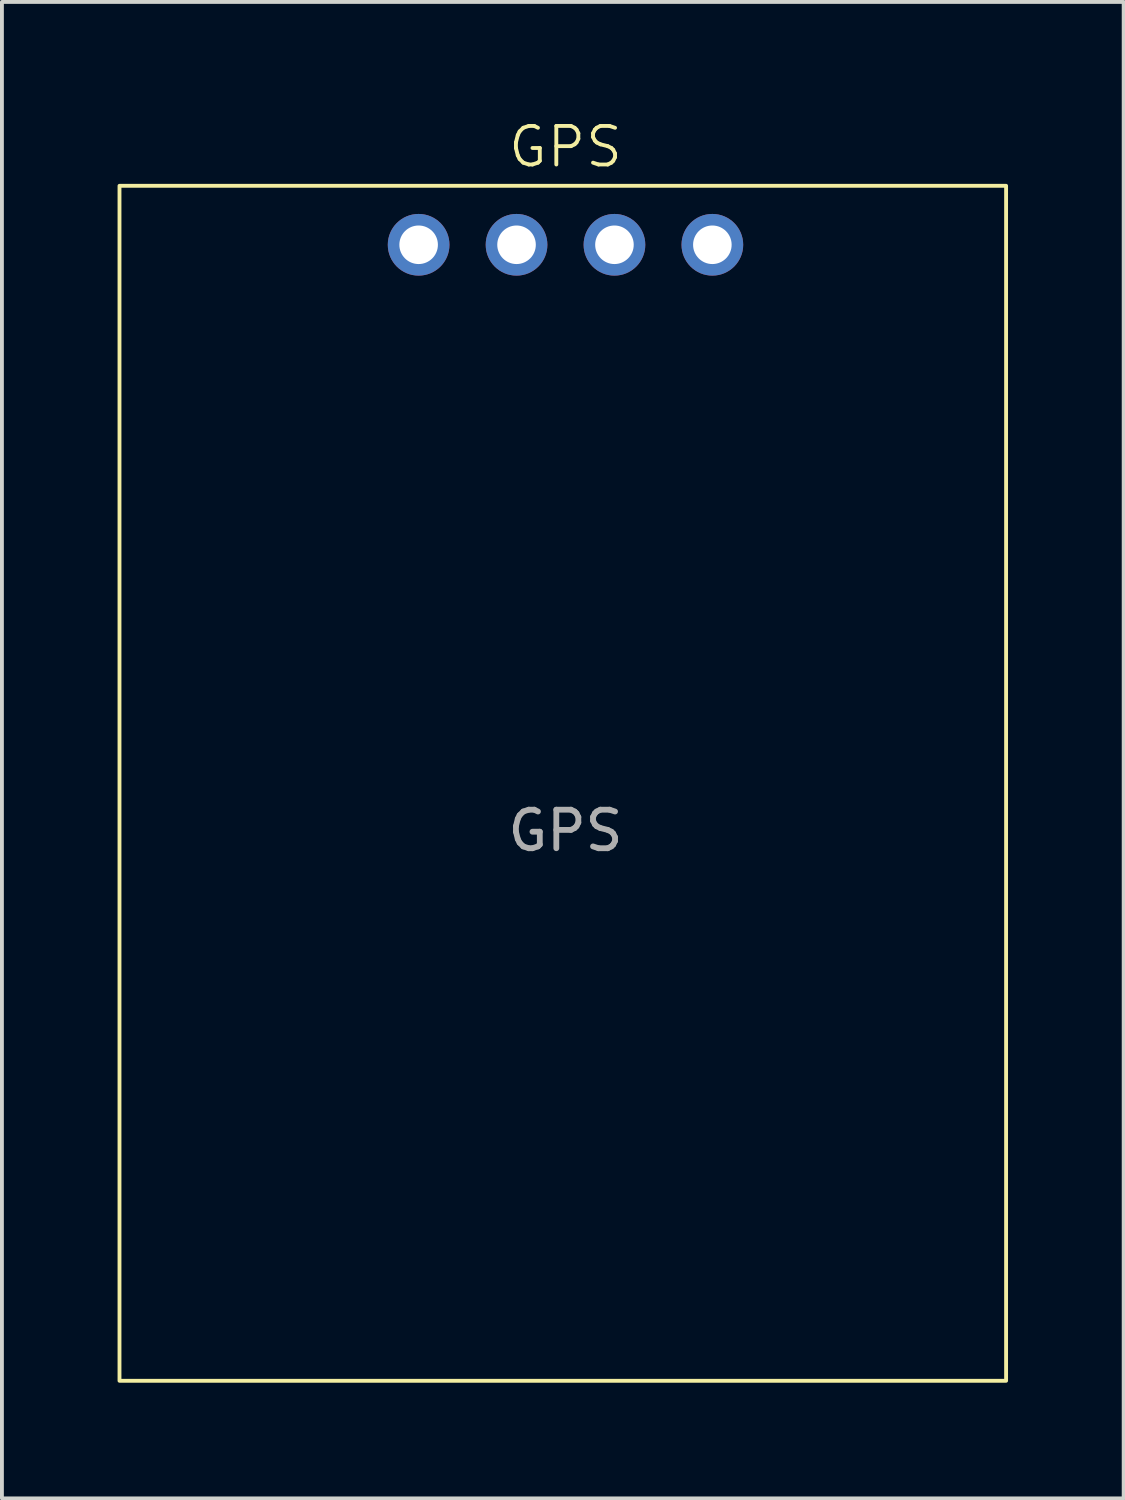
<source format=kicad_pcb>
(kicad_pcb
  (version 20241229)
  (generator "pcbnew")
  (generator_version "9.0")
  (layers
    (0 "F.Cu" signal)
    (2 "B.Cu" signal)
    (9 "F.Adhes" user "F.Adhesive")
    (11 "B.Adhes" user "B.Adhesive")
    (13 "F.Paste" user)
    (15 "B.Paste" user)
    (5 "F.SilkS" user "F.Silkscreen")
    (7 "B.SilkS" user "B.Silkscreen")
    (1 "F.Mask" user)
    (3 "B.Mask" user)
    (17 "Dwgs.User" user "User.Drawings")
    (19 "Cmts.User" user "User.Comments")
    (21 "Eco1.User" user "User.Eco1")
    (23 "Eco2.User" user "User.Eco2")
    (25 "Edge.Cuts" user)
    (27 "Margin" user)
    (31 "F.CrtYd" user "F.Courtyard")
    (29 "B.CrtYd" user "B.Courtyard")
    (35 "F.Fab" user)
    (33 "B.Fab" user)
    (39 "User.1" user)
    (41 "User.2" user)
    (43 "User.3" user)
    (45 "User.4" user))
  (footprint "GPS"
    (layer "F.Cu")
    (at 11.62 16)
    (property "Reference" "GPS" (at 0 -15.24 0) (unlocked yes) (layer "F.SilkS") (effects (font (size 1 1) (thickness 0.1))))
    (attr through_hole)
    (fp_rect (start -11.57 -14.23) (end 11.43 16.77) (stroke (width 0.1) (type solid)) (fill no) (layer "F.SilkS"))
    (fp_text user "${REFERENCE}" (at 0 2.5 0) (unlocked yes) (layer "F.Fab") (effects (font (size 1 1) (thickness 0.15))))
    (pad "1" thru_hole circle (at -3.81 -12.7) (size 1.6 1.6) (drill 1) (layers "*.Cu" "*.Mask"))
    (pad "2" thru_hole circle (at -1.27 -12.7) (size 1.6 1.6) (drill 1) (layers "*.Cu" "*.Mask"))
    (pad "3" thru_hole circle (at 1.27 -12.7) (size 1.6 1.6) (drill 1) (layers "*.Cu" "*.Mask"))
    (pad "4" thru_hole circle (at 3.81 -12.7) (size 1.6 1.6) (drill 1) (layers "*.Cu" "*.Mask")))
  (gr_rect
    (start -3 -3)
    (end 26.1 35.821)
    (stroke (width 0.1) (type default))
    (fill no)
    (layer "Edge.Cuts")))
</source>
